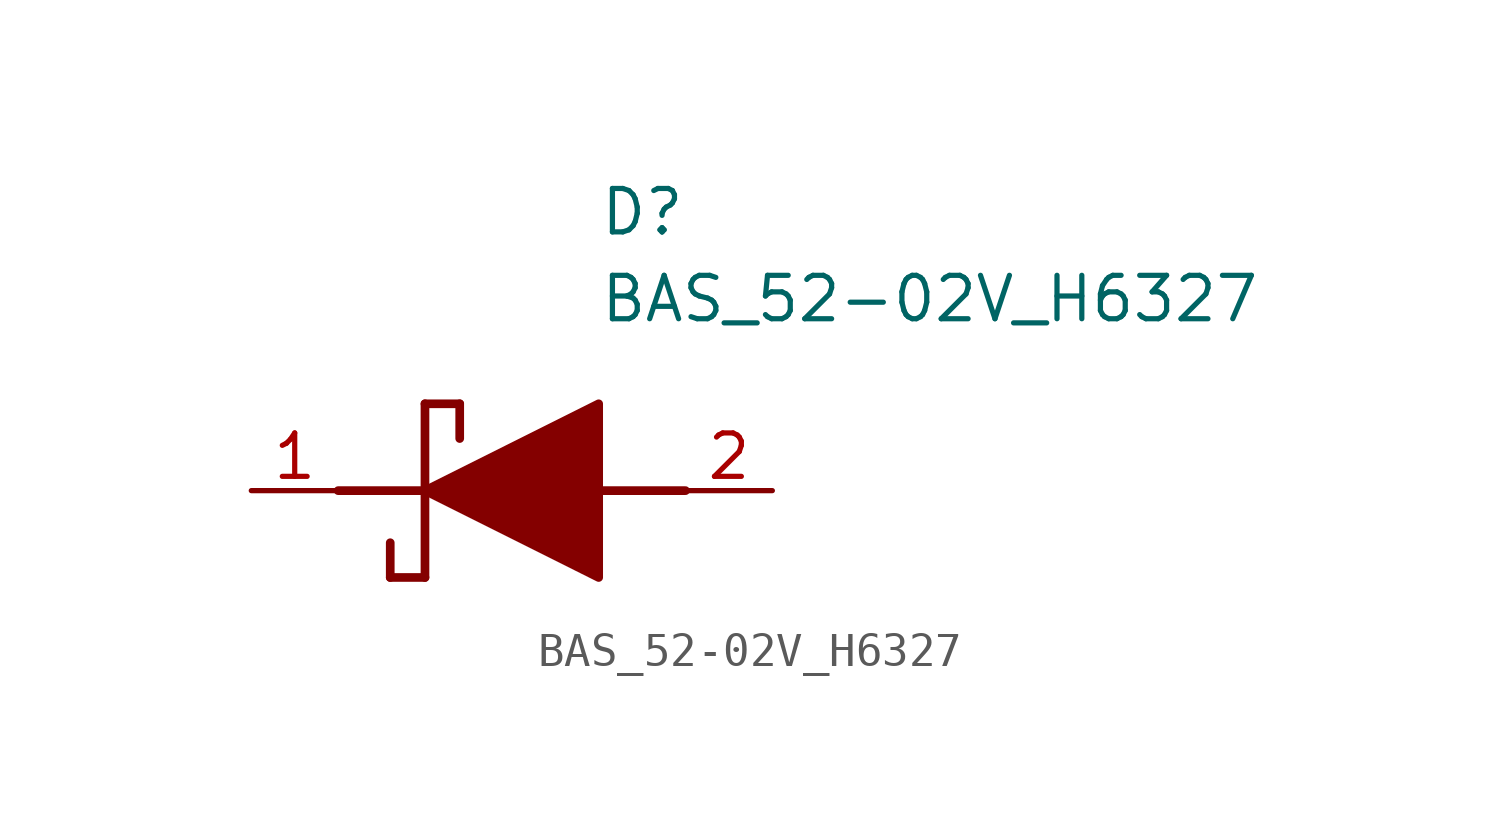
<source format=kicad_sym>
(kicad_symbol_lib
  (version 20211014)
  (generator SamacSys_ECAD_Model)
  (symbol "BAS_52-02V_H6327"
    (pin_names hide)
    (property "Reference" "D"
      (at 12.7 8.89 0)
      (effects (font (size 1.27 1.27)) (justify left top)))
    (property "Value" "BAS_52-02V_H6327"
      (at 12.7 6.35 0)
      (effects (font (size 1.27 1.27)) (justify left top)))
    (polyline
      (pts (xy 7.62 2.54) (xy 7.62 -2.54))
      (stroke (width 0.254) (type default))
      (fill (type none)))
    (polyline
      (pts (xy 7.62 2.54) (xy 8.636 2.54))
      (stroke (width 0.254) (type default))
      (fill (type none)))
    (polyline
      (pts (xy 8.636 1.524) (xy 8.636 2.54))
      (stroke (width 0.254) (type default))
      (fill (type none)))
    (polyline
      (pts (xy 7.62 -2.54) (xy 6.604 -2.54))
      (stroke (width 0.254) (type default))
      (fill (type none)))
    (polyline
      (pts (xy 6.604 -1.524) (xy 6.604 -2.54))
      (stroke (width 0.254) (type default))
      (fill (type none)))
    (polyline
      (pts (xy 5.08 0) (xy 7.62 0))
      (stroke (width 0.254) (type default))
      (fill (type none)))
    (polyline
      (pts (xy 12.7 0) (xy 15.24 0))
      (stroke (width 0.254) (type default))
      (fill (type none)))
    (polyline
      (pts (xy 7.62 0) (xy 12.7 2.54) (xy 12.7 -2.54) (xy 7.62 0))
      (stroke (width 0.254) (type default))
      (fill (type outline)))
    (pin passive line
      (at 2.54 0 0)
      (length 2.54)
      (name "K" (effects (font (size 1.27 1.27))))
      (number "1" (effects (font (size 1.27 1.27)))))
    (pin passive line
      (at 17.78 0 180)
      (length 2.54)
      (name "A" (effects (font (size 1.27 1.27))))
      (number "2" (effects (font (size 1.27 1.27)))))))
</source>
